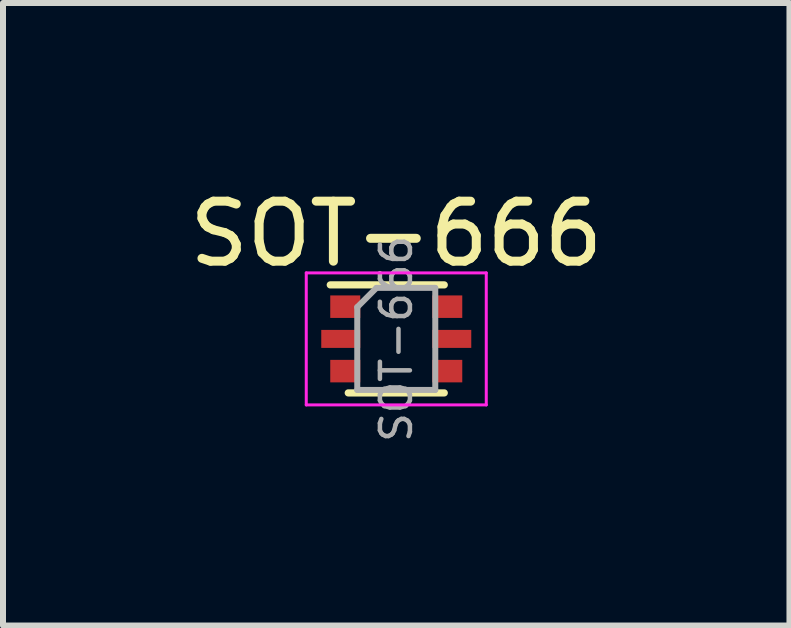
<source format=kicad_pcb>
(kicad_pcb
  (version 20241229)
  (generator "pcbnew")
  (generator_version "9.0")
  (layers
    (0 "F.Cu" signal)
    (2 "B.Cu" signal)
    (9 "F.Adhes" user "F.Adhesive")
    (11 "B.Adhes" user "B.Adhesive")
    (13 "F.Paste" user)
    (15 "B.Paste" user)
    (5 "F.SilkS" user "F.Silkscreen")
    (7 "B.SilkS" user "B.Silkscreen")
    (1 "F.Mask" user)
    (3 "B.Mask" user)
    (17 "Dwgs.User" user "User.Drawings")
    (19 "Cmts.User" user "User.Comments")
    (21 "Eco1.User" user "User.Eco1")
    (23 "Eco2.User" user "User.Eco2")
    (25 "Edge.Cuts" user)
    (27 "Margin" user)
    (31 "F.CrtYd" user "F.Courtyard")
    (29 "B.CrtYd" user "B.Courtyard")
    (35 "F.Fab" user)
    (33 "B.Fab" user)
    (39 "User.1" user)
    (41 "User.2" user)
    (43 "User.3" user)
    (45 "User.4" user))
  (footprint "SOT-666"
    (layer "F.Cu")
    (at 3.554 2.598)
    (property "Reference" "SOT-666" (at 0 -1.75 0) (layer "F.SilkS") (effects (font (size 1 1) (thickness 0.15))))
    (attr smd)
    (fp_line (start -0.8 0.9) (end 0.8 0.9) (stroke (width 0.12) (type solid)) (layer "F.SilkS"))
    (fp_line (start 0.8 -0.9) (end -1.1 -0.9) (stroke (width 0.12) (type solid)) (layer "F.SilkS"))
    (fp_line (start -1.5 -1.1) (end -1.5 1.1) (stroke (width 0.05) (type solid)) (layer "F.CrtYd"))
    (fp_line (start -1.5 -1.1) (end 1.5 -1.1) (stroke (width 0.05) (type solid)) (layer "F.CrtYd"))
    (fp_line (start -1.5 1.1) (end 1.5 1.1) (stroke (width 0.05) (type solid)) (layer "F.CrtYd"))
    (fp_line (start 1.5 1.1) (end 1.5 -1.1) (stroke (width 0.05) (type solid)) (layer "F.CrtYd"))
    (fp_line (start -0.65 -0.53) (end -0.65 0.85) (stroke (width 0.1) (type solid)) (layer "F.Fab"))
    (fp_line (start -0.65 -0.53) (end -0.33 -0.85) (stroke (width 0.1) (type solid)) (layer "F.Fab"))
    (fp_line (start 0.65 -0.85) (end -0.33 -0.85) (stroke (width 0.1) (type solid)) (layer "F.Fab"))
    (fp_line (start 0.65 -0.85) (end 0.65 0.85) (stroke (width 0.1) (type solid)) (layer "F.Fab"))
    (fp_line (start 0.65 0.85) (end -0.65 0.85) (stroke (width 0.1) (type solid)) (layer "F.Fab"))
    (fp_text user "${REFERENCE}" (at 0 0 90) (layer "F.Fab") (effects (font (size 0.5 0.5) (thickness 0.075))))
    (pad "1" smd rect (at -0.85 -0.537) (size 0.5 0.375) (layers "F.Cu" "F.Mask" "F.Paste"))
    (pad "2" smd rect (at -0.925 0) (size 0.65 0.3) (layers "F.Cu" "F.Mask" "F.Paste"))
    (pad "3" smd rect (at -0.85 0.537) (size 0.5 0.375) (layers "F.Cu" "F.Mask" "F.Paste"))
    (pad "4" smd rect (at 0.85 0.537) (size 0.5 0.375) (layers "F.Cu" "F.Mask" "F.Paste"))
    (pad "5" smd rect (at 0.925 0) (size 0.65 0.3) (layers "F.Cu" "F.Mask" "F.Paste"))
    (pad "6" smd rect (at 0.85 -0.537) (size 0.5 0.375) (layers "F.Cu" "F.Mask" "F.Paste")))
  (gr_rect
    (start -3 -3)
    (end 10.107 7.375)
    (stroke (width 0.1) (type default))
    (fill no)
    (layer "Edge.Cuts")))
</source>
